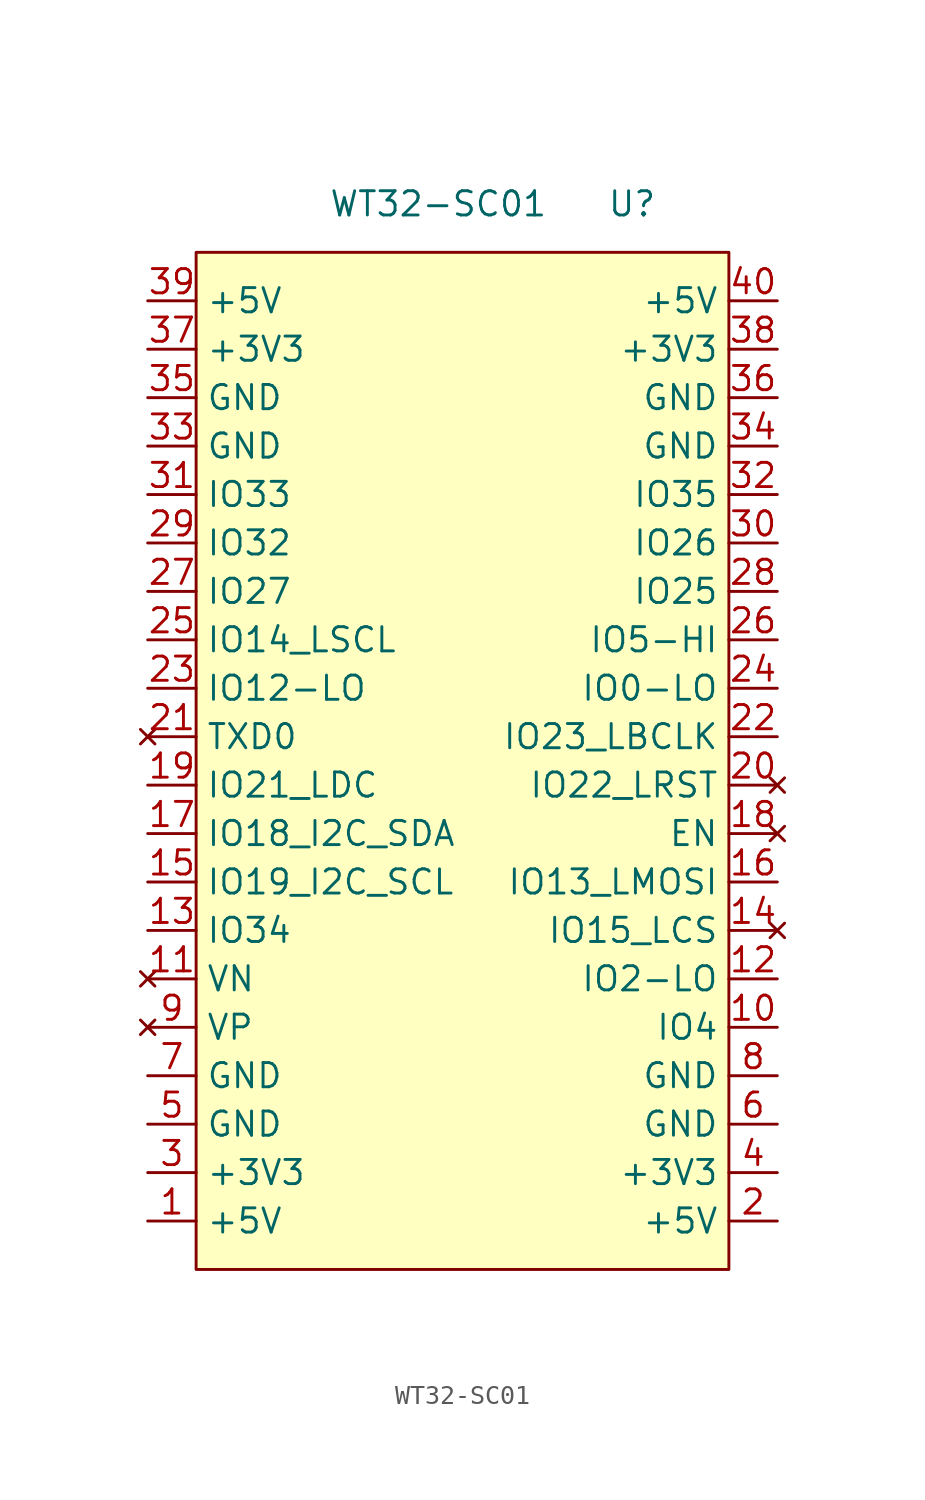
<source format=kicad_sym>
(kicad_symbol_lib
  (version 20211014)
  (generator kicad_symbol_editor)
  (symbol "WT32-SC01"
    (property "Reference" "U"
      (at 22.86 25.4 0)
      (effects (font (size 1.27 1.27))))
    (property "Value" "WT32-SC01"
      (at 12.7 25.4 0)
      (effects (font (size 1.27 1.27))))
    (symbol "WT32-SC01_0_1"
      (rectangle (start 0 22.86) (end 27.94 -30.48) (stroke (width 0) (type default) (color 0 0 0 0)) (fill (type background))))
    (symbol "WT32-SC01_1_1"
      (pin power_in line (at -2.54 -27.94 0) (length 2.54) (name "+5V" (effects (font (size 1.27 1.27)))) (number "1" (effects (font (size 1.27 1.27)))))
      (pin bidirectional line (at 30.48 -17.78 180) (length 2.54) (name "IO4" (effects (font (size 1.27 1.27)))) (number "10" (effects (font (size 1.27 1.27)))))
      (pin no_connect line (at -2.54 -15.24 0) (length 2.54) (name "VN" (effects (font (size 1.27 1.27)))) (number "11" (effects (font (size 1.27 1.27)))))
      (pin output line (at 30.48 -15.24 180) (length 2.54) (name "IO2-LO" (effects (font (size 1.27 1.27)))) (number "12" (effects (font (size 1.27 1.27)))))
      (pin input line (at -2.54 -12.7 0) (length 2.54) (name "IO34" (effects (font (size 1.27 1.27)))) (number "13" (effects (font (size 1.27 1.27)))))
      (pin no_connect line (at 30.48 -12.7 180) (length 2.54) (name "IO15_LCS" (effects (font (size 1.27 1.27)))) (number "14" (effects (font (size 1.27 1.27)))))
      (pin bidirectional line (at -2.54 -10.16 0) (length 2.54) (name "IO19_I2C_SCL" (effects (font (size 1.27 1.27)))) (number "15" (effects (font (size 1.27 1.27)))))
      (pin bidirectional line (at 30.48 -10.16 180) (length 2.54) (name "IO13_LMOSI" (effects (font (size 1.27 1.27)))) (number "16" (effects (font (size 1.27 1.27)))))
      (pin bidirectional line (at -2.54 -7.62 0) (length 2.54) (name "IO18_I2C_SDA" (effects (font (size 1.27 1.27)))) (number "17" (effects (font (size 1.27 1.27)))))
      (pin no_connect line (at 30.48 -7.62 180) (length 2.54) (name "EN" (effects (font (size 1.27 1.27)))) (number "18" (effects (font (size 1.27 1.27)))))
      (pin bidirectional line (at -2.54 -5.08 0) (length 2.54) (name "IO21_LDC" (effects (font (size 1.27 1.27)))) (number "19" (effects (font (size 1.27 1.27)))))
      (pin power_in line (at 30.48 -27.94 180) (length 2.54) (name "+5V" (effects (font (size 1.27 1.27)))) (number "2" (effects (font (size 1.27 1.27)))))
      (pin no_connect line (at 30.48 -5.08 180) (length 2.54) (name "IO22_LRST" (effects (font (size 1.27 1.27)))) (number "20" (effects (font (size 1.27 1.27)))))
      (pin no_connect line (at -2.54 -2.54 0) (length 2.54) (name "TXD0" (effects (font (size 1.27 1.27)))) (number "21" (effects (font (size 1.27 1.27)))))
      (pin bidirectional line (at 30.48 -2.54 180) (length 2.54) (name "IO23_LBCLK" (effects (font (size 1.27 1.27)))) (number "22" (effects (font (size 1.27 1.27)))))
      (pin output line (at -2.54 0 0) (length 2.54) (name "IO12-LO" (effects (font (size 1.27 1.27)))) (number "23" (effects (font (size 1.27 1.27)))))
      (pin output line (at 30.48 0 180) (length 2.54) (name "IO0-LO" (effects (font (size 1.27 1.27)))) (number "24" (effects (font (size 1.27 1.27)))))
      (pin bidirectional line (at -2.54 2.54 0) (length 2.54) (name "IO14_LSCL" (effects (font (size 1.27 1.27)))) (number "25" (effects (font (size 1.27 1.27)))))
      (pin output line (at 30.48 2.54 180) (length 2.54) (name "IO5-HI" (effects (font (size 1.27 1.27)))) (number "26" (effects (font (size 1.27 1.27)))))
      (pin bidirectional line (at -2.54 5.08 0) (length 2.54) (name "IO27" (effects (font (size 1.27 1.27)))) (number "27" (effects (font (size 1.27 1.27)))))
      (pin bidirectional line (at 30.48 5.08 180) (length 2.54) (name "IO25" (effects (font (size 1.27 1.27)))) (number "28" (effects (font (size 1.27 1.27)))))
      (pin bidirectional line (at -2.54 7.62 0) (length 2.54) (name "IO32" (effects (font (size 1.27 1.27)))) (number "29" (effects (font (size 1.27 1.27)))))
      (pin power_in line (at -2.54 -25.4 0) (length 2.54) (name "+3V3" (effects (font (size 1.27 1.27)))) (number "3" (effects (font (size 1.27 1.27)))))
      (pin bidirectional line (at 30.48 7.62 180) (length 2.54) (name "IO26" (effects (font (size 1.27 1.27)))) (number "30" (effects (font (size 1.27 1.27)))))
      (pin bidirectional line (at -2.54 10.16 0) (length 2.54) (name "IO33" (effects (font (size 1.27 1.27)))) (number "31" (effects (font (size 1.27 1.27)))))
      (pin input line (at 30.48 10.16 180) (length 2.54) (name "IO35" (effects (font (size 1.27 1.27)))) (number "32" (effects (font (size 1.27 1.27)))))
      (pin power_in line (at -2.54 12.7 0) (length 2.54) (name "GND" (effects (font (size 1.27 1.27)))) (number "33" (effects (font (size 1.27 1.27)))))
      (pin power_in line (at 30.48 12.7 180) (length 2.54) (name "GND" (effects (font (size 1.27 1.27)))) (number "34" (effects (font (size 1.27 1.27)))))
      (pin power_in line (at -2.54 15.24 0) (length 2.54) (name "GND" (effects (font (size 1.27 1.27)))) (number "35" (effects (font (size 1.27 1.27)))))
      (pin power_in line (at 30.48 15.24 180) (length 2.54) (name "GND" (effects (font (size 1.27 1.27)))) (number "36" (effects (font (size 1.27 1.27)))))
      (pin power_in line (at -2.54 17.78 0) (length 2.54) (name "+3V3" (effects (font (size 1.27 1.27)))) (number "37" (effects (font (size 1.27 1.27)))))
      (pin power_in line (at 30.48 17.78 180) (length 2.54) (name "+3V3" (effects (font (size 1.27 1.27)))) (number "38" (effects (font (size 1.27 1.27)))))
      (pin power_in line (at -2.54 20.32 0) (length 2.54) (name "+5V" (effects (font (size 1.27 1.27)))) (number "39" (effects (font (size 1.27 1.27)))))
      (pin power_in line (at 30.48 -25.4 180) (length 2.54) (name "+3V3" (effects (font (size 1.27 1.27)))) (number "4" (effects (font (size 1.27 1.27)))))
      (pin power_in line (at 30.48 20.32 180) (length 2.54) (name "+5V" (effects (font (size 1.27 1.27)))) (number "40" (effects (font (size 1.27 1.27)))))
      (pin power_in line (at -2.54 -22.86 0) (length 2.54) (name "GND" (effects (font (size 1.27 1.27)))) (number "5" (effects (font (size 1.27 1.27)))))
      (pin power_in line (at 30.48 -22.86 180) (length 2.54) (name "GND" (effects (font (size 1.27 1.27)))) (number "6" (effects (font (size 1.27 1.27)))))
      (pin power_in line (at -2.54 -20.32 0) (length 2.54) (name "GND" (effects (font (size 1.27 1.27)))) (number "7" (effects (font (size 1.27 1.27)))))
      (pin power_in line (at 30.48 -20.32 180) (length 2.54) (name "GND" (effects (font (size 1.27 1.27)))) (number "8" (effects (font (size 1.27 1.27)))))
      (pin no_connect line (at -2.54 -17.78 0) (length 2.54) (name "VP" (effects (font (size 1.27 1.27)))) (number "9" (effects (font (size 1.27 1.27))))))))
</source>
